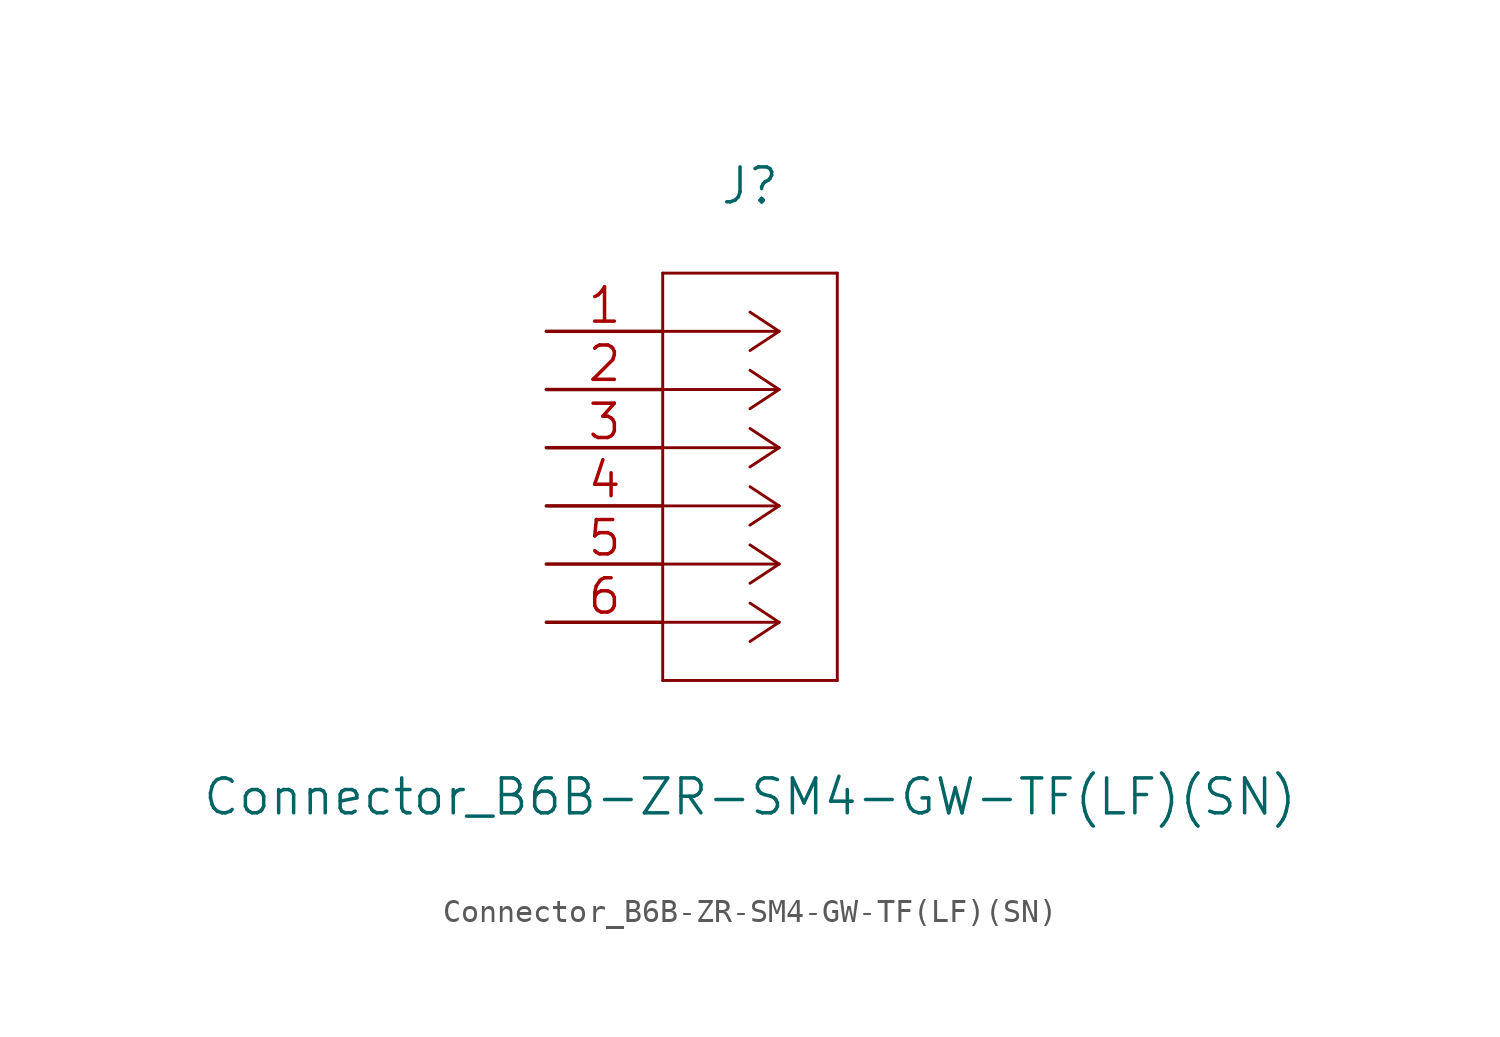
<source format=kicad_sym>
(kicad_symbol_lib
  (version 20201005)
  (generator kicad_symbol_editor)
  (symbol "NB3_body:Connector_B6B-ZR-SM4-GW-TF(LF)(SN)"
    (pin_names
      (offset 0.254) hide)
    (property "Reference" "J"
      (at 8.89 6.35 0)
      (effects (font (size 1.524 1.524))))
    (property "Value" "Connector_B6B-ZR-SM4-GW-TF(LF)(SN)"
      (at 8.89 -20.32 0)
      (effects (font (size 1.524 1.524))))
    (property "Datasheet" ""
      (at 0 0 0)
      (effects (font (size 1.524 1.524))))
    (symbol "Connector_B6B-ZR-SM4-GW-TF(LF)(SN)_1_1"
      (polyline (pts (xy 5.08 -15.24) (xy 12.7 -15.24)) (stroke (width 0.127)) (fill (type none)))
      (polyline (pts (xy 5.08 2.54) (xy 5.08 -15.24)) (stroke (width 0.127)) (fill (type none)))
      (polyline (pts (xy 10.16 -12.7) (xy 5.08 -12.7)) (stroke (width 0.127)) (fill (type none)))
      (polyline (pts (xy 10.16 -12.7) (xy 8.89 -13.538)) (stroke (width 0.127)) (fill (type none)))
      (polyline (pts (xy 10.16 -12.7) (xy 8.89 -11.862)) (stroke (width 0.127)) (fill (type none)))
      (polyline (pts (xy 10.16 -10.16) (xy 5.08 -10.16)) (stroke (width 0.127)) (fill (type none)))
      (polyline (pts (xy 10.16 -10.16) (xy 8.89 -10.998)) (stroke (width 0.127)) (fill (type none)))
      (polyline (pts (xy 10.16 -10.16) (xy 8.89 -9.322)) (stroke (width 0.127)) (fill (type none)))
      (polyline (pts (xy 10.16 -7.62) (xy 5.08 -7.62)) (stroke (width 0.127)) (fill (type none)))
      (polyline (pts (xy 10.16 -7.62) (xy 8.89 -8.458)) (stroke (width 0.127)) (fill (type none)))
      (polyline (pts (xy 10.16 -7.62) (xy 8.89 -6.782)) (stroke (width 0.127)) (fill (type none)))
      (polyline (pts (xy 10.16 -5.08) (xy 5.08 -5.08)) (stroke (width 0.127)) (fill (type none)))
      (polyline (pts (xy 10.16 -5.08) (xy 8.89 -5.918)) (stroke (width 0.127)) (fill (type none)))
      (polyline (pts (xy 10.16 -5.08) (xy 8.89 -4.242)) (stroke (width 0.127)) (fill (type none)))
      (polyline (pts (xy 10.16 -2.54) (xy 5.08 -2.54)) (stroke (width 0.127)) (fill (type none)))
      (polyline (pts (xy 10.16 -2.54) (xy 8.89 -3.378)) (stroke (width 0.127)) (fill (type none)))
      (polyline (pts (xy 10.16 -2.54) (xy 8.89 -1.702)) (stroke (width 0.127)) (fill (type none)))
      (polyline (pts (xy 10.16 0) (xy 5.08 0)) (stroke (width 0.127)) (fill (type none)))
      (polyline (pts (xy 10.16 0) (xy 8.89 -0.838)) (stroke (width 0.127)) (fill (type none)))
      (polyline (pts (xy 10.16 0) (xy 8.89 0.838)) (stroke (width 0.127)) (fill (type none)))
      (polyline (pts (xy 12.7 -15.24) (xy 12.7 2.54)) (stroke (width 0.127)) (fill (type none)))
      (polyline (pts (xy 12.7 2.54) (xy 5.08 2.54)) (stroke (width 0.127)) (fill (type none)))
      (pin passive line (at 0 0 0) (length 5.08) (name "1" (effects (font (size 1.499 1.499)))) (number "1" (effects (font (size 1.499 1.499)))))
      (pin passive line (at 0 -2.54 0) (length 5.08) (name "2" (effects (font (size 1.499 1.499)))) (number "2" (effects (font (size 1.499 1.499)))))
      (pin passive line (at 0 -5.08 0) (length 5.08) (name "3" (effects (font (size 1.499 1.499)))) (number "3" (effects (font (size 1.499 1.499)))))
      (pin passive line (at 0 -7.62 0) (length 5.08) (name "4" (effects (font (size 1.499 1.499)))) (number "4" (effects (font (size 1.499 1.499)))))
      (pin passive line (at 0 -10.16 0) (length 5.08) (name "5" (effects (font (size 1.499 1.499)))) (number "5" (effects (font (size 1.499 1.499)))))
      (pin passive line (at 0 -12.7 0) (length 5.08) (name "6" (effects (font (size 1.499 1.499)))) (number "6" (effects (font (size 1.499 1.499))))))))
</source>
